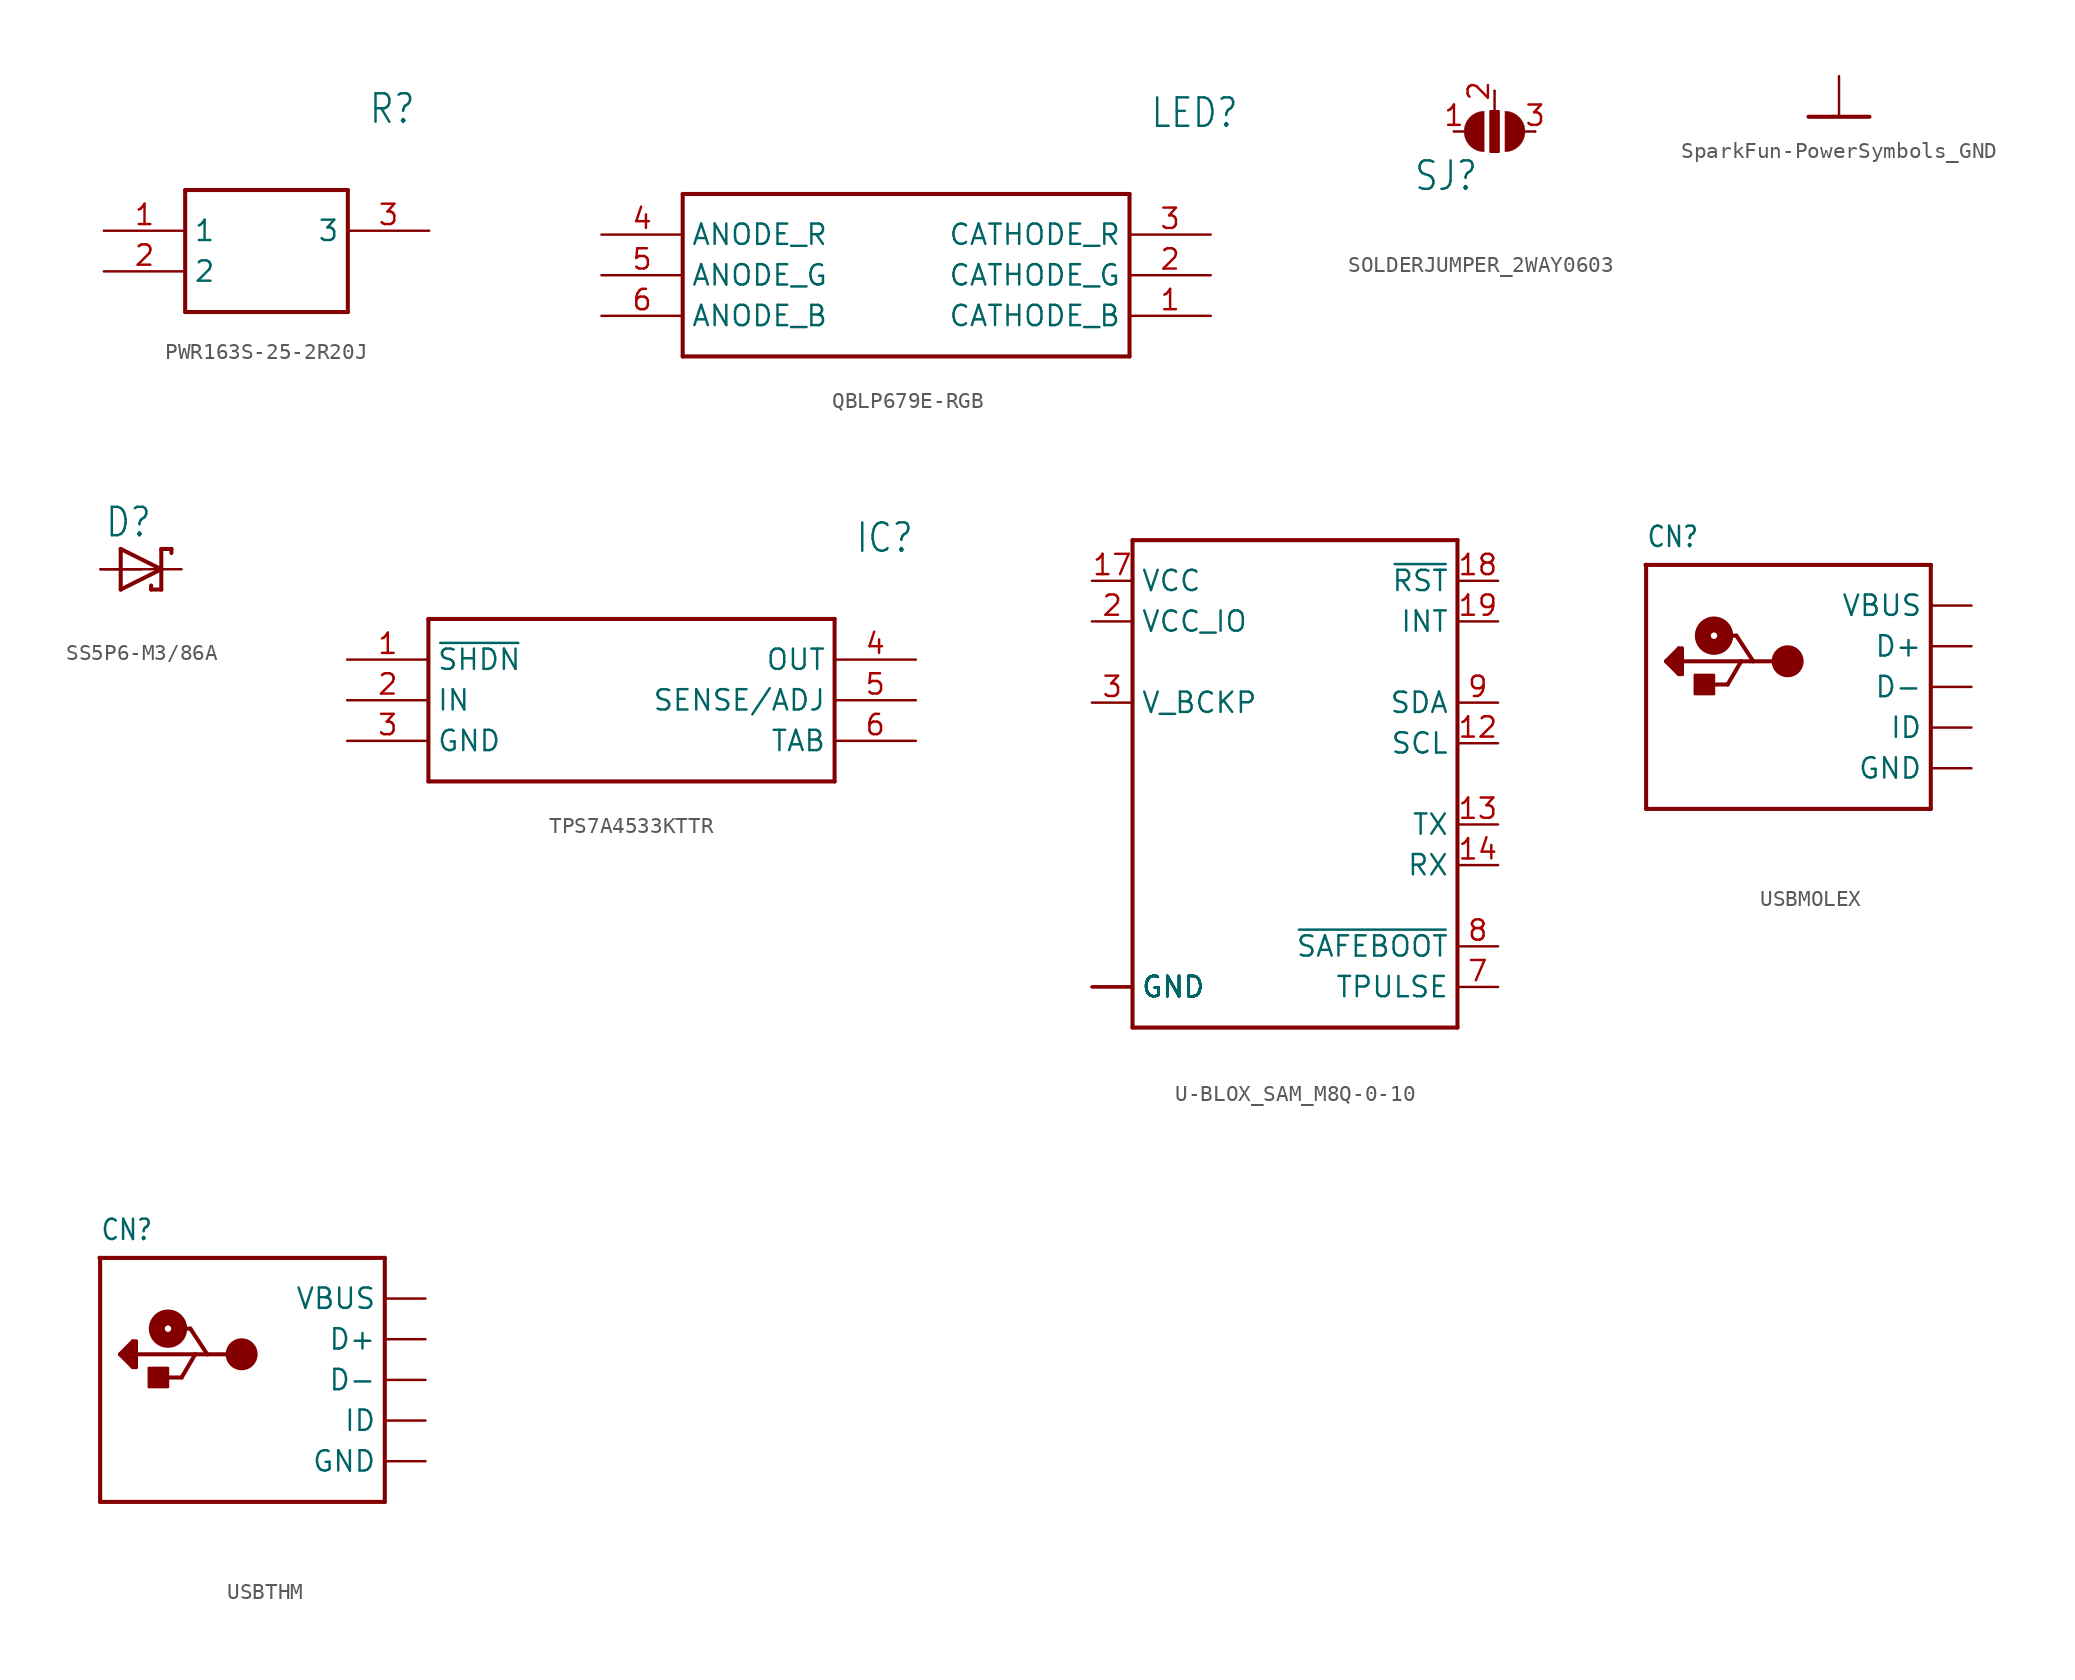
<source format=kicad_sym>
(kicad_symbol_lib
  (version 20231120)
  (generator "kicad_symbol_editor")
  (generator_version "8.0")
  (symbol "PWR163S-25-2R20J"
    (property "Reference" "R"
      (at 16.51 7.62 0)
      (effects (font (size 1.778 1.511)) (justify left)))
    (property "Value" ""
      (at 16.51 5.08 0)
      (effects (font (size 1.778 1.511)) (justify left)))
    (property "ki_locked" ""
      (at 0 0 0)
      (effects (font (size 1.27 1.27))))
    (symbol "PWR163S-25-2R20J_1_0"
      (polyline (pts (xy 5.08 2.54) (xy 5.08 -5.08)) (stroke (width 0.254) (type solid)) (fill (type none)))
      (polyline (pts (xy 5.08 2.54) (xy 15.24 2.54)) (stroke (width 0.254) (type solid)) (fill (type none)))
      (polyline (pts (xy 15.24 -5.08) (xy 5.08 -5.08)) (stroke (width 0.254) (type solid)) (fill (type none)))
      (polyline (pts (xy 15.24 -5.08) (xy 15.24 2.54)) (stroke (width 0.254) (type solid)) (fill (type none)))
      (pin bidirectional line (at 0 0 0) (length 5.08) (name "1" (effects (font (size 1.27 1.27)))) (number "1" (effects (font (size 1.27 1.27)))))
      (pin bidirectional line (at 0 -2.54 0) (length 5.08) (name "2" (effects (font (size 1.27 1.27)))) (number "2" (effects (font (size 1.27 1.27)))))
      (pin bidirectional line (at 20.32 0 180) (length 5.08) (name "3" (effects (font (size 1.27 1.27)))) (number "3" (effects (font (size 1.27 1.27)))))))
  (symbol "QBLP679E-RGB"
    (property "Reference" "LED"
      (at 34.29 7.62 0)
      (effects (font (size 1.778 1.511)) (justify left)))
    (property "Value" ""
      (at 34.29 5.08 0)
      (effects (font (size 1.778 1.511)) (justify left)))
    (property "ki_locked" ""
      (at 0 0 0)
      (effects (font (size 1.27 1.27))))
    (symbol "QBLP679E-RGB_1_0"
      (polyline (pts (xy 5.08 2.54) (xy 5.08 -7.62)) (stroke (width 0.254) (type solid)) (fill (type none)))
      (polyline (pts (xy 5.08 2.54) (xy 33.02 2.54)) (stroke (width 0.254) (type solid)) (fill (type none)))
      (polyline (pts (xy 33.02 -7.62) (xy 5.08 -7.62)) (stroke (width 0.254) (type solid)) (fill (type none)))
      (polyline (pts (xy 33.02 -7.62) (xy 33.02 2.54)) (stroke (width 0.254) (type solid)) (fill (type none)))
      (pin bidirectional line (at 38.1 -5.08 180) (length 5.08) (name "CATHODE_B" (effects (font (size 1.27 1.27)))) (number "1" (effects (font (size 1.27 1.27)))))
      (pin bidirectional line (at 38.1 -2.54 180) (length 5.08) (name "CATHODE_G" (effects (font (size 1.27 1.27)))) (number "2" (effects (font (size 1.27 1.27)))))
      (pin bidirectional line (at 38.1 0 180) (length 5.08) (name "CATHODE_R" (effects (font (size 1.27 1.27)))) (number "3" (effects (font (size 1.27 1.27)))))
      (pin bidirectional line (at 0 0 0) (length 5.08) (name "ANODE_R" (effects (font (size 1.27 1.27)))) (number "4" (effects (font (size 1.27 1.27)))))
      (pin bidirectional line (at 0 -2.54 0) (length 5.08) (name "ANODE_G" (effects (font (size 1.27 1.27)))) (number "5" (effects (font (size 1.27 1.27)))))
      (pin bidirectional line (at 0 -5.08 0) (length 5.08) (name "ANODE_B" (effects (font (size 1.27 1.27)))) (number "6" (effects (font (size 1.27 1.27)))))))
  (symbol "SOLDERJUMPER_2WAY0603"
    (property "Reference" "SJ"
      (at -5.08 -3.81 0)
      (effects (font (size 1.778 1.511)) (justify left bottom)))
    (property "Value" ""
      (at -5.08 -6.35 0)
      (effects (font (size 1.778 1.511)) (justify left bottom)))
    (property "ki_locked" ""
      (at 0 0 0)
      (effects (font (size 1.27 1.27))))
    (symbol "SOLDERJUMPER_2WAY0603_1_0"
      (arc (start -0.635 1.27) (mid -1.905 0) (end -0.635 -1.27) (stroke (width 0.0001) (type solid)) (fill (type outline)))
      (rectangle (start -0.254 -1.27) (end 0.254 1.27) (stroke (width 0) (type default)) (fill (type outline)))
      (polyline (pts (xy -2.54 0) (xy -1.651 0)) (stroke (width 0.152) (type solid)) (fill (type none)))
      (polyline (pts (xy 0 2.54) (xy 0 0.381)) (stroke (width 0.152) (type solid)) (fill (type none)))
      (polyline (pts (xy 2.54 0) (xy 1.651 0)) (stroke (width 0.152) (type solid)) (fill (type none)))
      (arc (start 0.635 -1.27) (mid 1.905 0) (end 0.635 1.27) (stroke (width 0.0001) (type solid)) (fill (type outline)))
      (pin passive line (at -2.54 0 0) (length 0) (name "1" (effects (font (size 0 0)))) (number "1" (effects (font (size 1.27 1.27)))))
      (pin passive line (at 0 2.54 270) (length 0) (name "2" (effects (font (size 0 0)))) (number "2" (effects (font (size 1.27 1.27)))))
      (pin passive line (at 2.54 0 180) (length 0) (name "3" (effects (font (size 0 0)))) (number "3" (effects (font (size 1.27 1.27)))))))
  (symbol "SparkFun-PowerSymbols_GND"
    (power)
    (property "Reference" "#GND"
      (at 0 0 0)
      (effects (font (size 1.27 1.27)) (hide yes)))
    (property "Value" ""
      (at 0 -0.254 0)
      (effects (font (size 1.778 1.511)) (justify top)))
    (property "ki_locked" ""
      (at 0 0 0)
      (effects (font (size 1.27 1.27))))
    (symbol "SparkFun-PowerSymbols_GND_1_0"
      (polyline (pts (xy -1.905 0) (xy 1.905 0)) (stroke (width 0.254) (type solid)) (fill (type none)))
      (pin power_in line (at 0 2.54 270) (length 2.54) (name "GND" (effects (font (size 0 0)))) (number "1" (effects (font (size 0 0)))))))
  (symbol "SS5P6-M3/86A"
    (property "Reference" "D"
      (at -2.286 1.905 0)
      (effects (font (size 1.778 1.511)) (justify left bottom)))
    (property "Value" ""
      (at -2.286 -3.429 0)
      (effects (font (size 1.778 1.511)) (justify left bottom)))
    (property "ki_locked" ""
      (at 0 0 0)
      (effects (font (size 1.27 1.27))))
    (symbol "SS5P6-M3/86A_1_0"
      (polyline (pts (xy -1.27 -1.27) (xy 1.27 0)) (stroke (width 0.254) (type solid)) (fill (type none)))
      (polyline (pts (xy -1.27 1.27) (xy -1.27 -1.27)) (stroke (width 0.254) (type solid)) (fill (type none)))
      (polyline (pts (xy 0.635 -1.016) (xy 0.635 -1.27)) (stroke (width 0.254) (type solid)) (fill (type none)))
      (polyline (pts (xy 1.27 -1.27) (xy 0.635 -1.27)) (stroke (width 0.254) (type solid)) (fill (type none)))
      (polyline (pts (xy 1.27 0) (xy -1.27 1.27)) (stroke (width 0.254) (type solid)) (fill (type none)))
      (polyline (pts (xy 1.27 0) (xy 1.27 -1.27)) (stroke (width 0.254) (type solid)) (fill (type none)))
      (polyline (pts (xy 1.27 1.27) (xy 1.27 0)) (stroke (width 0.254) (type solid)) (fill (type none)))
      (polyline (pts (xy 1.905 1.27) (xy 1.27 1.27)) (stroke (width 0.254) (type solid)) (fill (type none)))
      (polyline (pts (xy 1.905 1.27) (xy 1.905 1.016)) (stroke (width 0.254) (type solid)) (fill (type none)))
      (pin passive line (at -2.54 0 0) (length 2.54) (name "A" (effects (font (size 0 0)))) (number "A1" (effects (font (size 0 0)))))
      (pin passive line (at -2.54 0 0) (length 2.54) (name "A" (effects (font (size 0 0)))) (number "A2" (effects (font (size 0 0)))))
      (pin passive line (at 2.54 0 180) (length 2.54) (name "C" (effects (font (size 0 0)))) (number "K" (effects (font (size 0 0)))))))
  (symbol "TPS7A4533KTTR"
    (property "Reference" "IC"
      (at 31.75 7.62 0)
      (effects (font (size 1.778 1.511)) (justify left)))
    (property "Value" ""
      (at 31.75 5.08 0)
      (effects (font (size 1.778 1.511)) (justify left)))
    (property "ki_locked" ""
      (at 0 0 0)
      (effects (font (size 1.27 1.27))))
    (symbol "TPS7A4533KTTR_1_0"
      (polyline (pts (xy 5.08 2.54) (xy 5.08 -7.62)) (stroke (width 0.254) (type solid)) (fill (type none)))
      (polyline (pts (xy 5.08 2.54) (xy 30.48 2.54)) (stroke (width 0.254) (type solid)) (fill (type none)))
      (polyline (pts (xy 30.48 -7.62) (xy 5.08 -7.62)) (stroke (width 0.254) (type solid)) (fill (type none)))
      (polyline (pts (xy 30.48 -7.62) (xy 30.48 2.54)) (stroke (width 0.254) (type solid)) (fill (type none)))
      (pin bidirectional line (at 0 0 0) (length 5.08) (name "~{SHDN}" (effects (font (size 1.27 1.27)))) (number "1" (effects (font (size 1.27 1.27)))))
      (pin bidirectional line (at 0 -2.54 0) (length 5.08) (name "IN" (effects (font (size 1.27 1.27)))) (number "2" (effects (font (size 1.27 1.27)))))
      (pin bidirectional line (at 0 -5.08 0) (length 5.08) (name "GND" (effects (font (size 1.27 1.27)))) (number "3" (effects (font (size 1.27 1.27)))))
      (pin bidirectional line (at 35.56 0 180) (length 5.08) (name "OUT" (effects (font (size 1.27 1.27)))) (number "4" (effects (font (size 1.27 1.27)))))
      (pin bidirectional line (at 35.56 -2.54 180) (length 5.08) (name "SENSE/ADJ" (effects (font (size 1.27 1.27)))) (number "5" (effects (font (size 1.27 1.27)))))
      (pin bidirectional line (at 35.56 -5.08 180) (length 5.08) (name "TAB" (effects (font (size 1.27 1.27)))) (number "6" (effects (font (size 1.27 1.27)))))))
  (symbol "U-BLOX_SAM_M8Q-0-10"
    (property "Reference" "U"
      (at -10.16 15.748 0)
      (effects (font (size 1.778 1.511)) (justify left bottom) (hide yes)))
    (property "ki_locked" ""
      (at 0 0 0)
      (effects (font (size 1.27 1.27))))
    (symbol "U-BLOX_SAM_M8Q-0-10_1_0"
      (polyline (pts (xy -10.16 -15.24) (xy -10.16 15.24)) (stroke (width 0.254) (type solid)) (fill (type none)))
      (polyline (pts (xy -10.16 15.24) (xy 10.16 15.24)) (stroke (width 0.254) (type solid)) (fill (type none)))
      (polyline (pts (xy 10.16 -15.24) (xy -10.16 -15.24)) (stroke (width 0.254) (type solid)) (fill (type none)))
      (polyline (pts (xy 10.16 15.24) (xy 10.16 -15.24)) (stroke (width 0.254) (type solid)) (fill (type none)))
      (pin bidirectional line (at -12.7 -12.7 0) (length 2.54) (name "GND" (effects (font (size 1.27 1.27)))) (number "1" (effects (font (size 0 0)))))
      (pin bidirectional line (at -12.7 -12.7 0) (length 2.54) (name "GND" (effects (font (size 1.27 1.27)))) (number "10" (effects (font (size 0 0)))))
      (pin bidirectional line (at -12.7 -12.7 0) (length 2.54) (name "GND" (effects (font (size 1.27 1.27)))) (number "11" (effects (font (size 0 0)))))
      (pin bidirectional line (at 12.7 2.54 180) (length 2.54) (name "SCL" (effects (font (size 1.27 1.27)))) (number "12" (effects (font (size 1.27 1.27)))))
      (pin bidirectional line (at 12.7 -2.54 180) (length 2.54) (name "TX" (effects (font (size 1.27 1.27)))) (number "13" (effects (font (size 1.27 1.27)))))
      (pin bidirectional line (at 12.7 -5.08 180) (length 2.54) (name "RX" (effects (font (size 1.27 1.27)))) (number "14" (effects (font (size 1.27 1.27)))))
      (pin bidirectional line (at -12.7 -12.7 0) (length 2.54) (name "GND" (effects (font (size 1.27 1.27)))) (number "15" (effects (font (size 0 0)))))
      (pin bidirectional line (at -12.7 -12.7 0) (length 2.54) (name "GND" (effects (font (size 1.27 1.27)))) (number "16" (effects (font (size 0 0)))))
      (pin bidirectional line (at -12.7 12.7 0) (length 2.54) (name "VCC" (effects (font (size 1.27 1.27)))) (number "17" (effects (font (size 1.27 1.27)))))
      (pin bidirectional line (at 12.7 12.7 180) (length 2.54) (name "~{RST}" (effects (font (size 1.27 1.27)))) (number "18" (effects (font (size 1.27 1.27)))))
      (pin bidirectional line (at 12.7 10.16 180) (length 2.54) (name "INT" (effects (font (size 1.27 1.27)))) (number "19" (effects (font (size 1.27 1.27)))))
      (pin bidirectional line (at -12.7 10.16 0) (length 2.54) (name "VCC_IO" (effects (font (size 1.27 1.27)))) (number "2" (effects (font (size 1.27 1.27)))))
      (pin bidirectional line (at -12.7 -12.7 0) (length 2.54) (name "GND" (effects (font (size 1.27 1.27)))) (number "20" (effects (font (size 0 0)))))
      (pin bidirectional line (at -12.7 5.08 0) (length 2.54) (name "V_BCKP" (effects (font (size 1.27 1.27)))) (number "3" (effects (font (size 1.27 1.27)))))
      (pin bidirectional line (at -12.7 -12.7 0) (length 2.54) (name "GND" (effects (font (size 1.27 1.27)))) (number "4" (effects (font (size 0 0)))))
      (pin bidirectional line (at -12.7 -12.7 0) (length 2.54) (name "GND" (effects (font (size 1.27 1.27)))) (number "5" (effects (font (size 0 0)))))
      (pin bidirectional line (at -12.7 -12.7 0) (length 2.54) (name "GND" (effects (font (size 1.27 1.27)))) (number "6" (effects (font (size 0 0)))))
      (pin bidirectional line (at 12.7 -12.7 180) (length 2.54) (name "TPULSE" (effects (font (size 1.27 1.27)))) (number "7" (effects (font (size 1.27 1.27)))))
      (pin bidirectional line (at 12.7 -10.16 180) (length 2.54) (name "~{SAFEBOOT}" (effects (font (size 1.27 1.27)))) (number "8" (effects (font (size 1.27 1.27)))))
      (pin bidirectional line (at 12.7 5.08 180) (length 2.54) (name "SDA" (effects (font (size 1.27 1.27)))) (number "9" (effects (font (size 1.27 1.27)))))))
  (symbol "USBMOLEX"
    (property "Reference" "CN"
      (at -10.16 8.636 0)
      (effects (font (size 1.27 1.079)) (justify left bottom)))
    (property "Value" ""
      (at -10.16 -10.16 0)
      (effects (font (size 1.27 1.079)) (justify left bottom)))
    (property "ki_locked" ""
      (at 0 0 0)
      (effects (font (size 1.27 1.27))))
    (symbol "USBMOLEX_1_0"
      (rectangle (start -7.12 -0.45) (end -5.92 0.75) (stroke (width 0) (type default)) (fill (type outline)))
      (circle (center -5.92 3.2) (radius 0.2) (stroke (width 1) (type solid)) (fill (type none)))
      (circle (center -1.32 1.6) (radius 0.5) (stroke (width 1) (type solid)) (fill (type none)))
      (polyline (pts (xy -10.2 7.62) (xy -10.16 7.62)) (stroke (width 0.254) (type solid)) (fill (type none)))
      (polyline (pts (xy -10.16 -7.62) (xy 7.62 -7.62)) (stroke (width 0.254) (type solid)) (fill (type none)))
      (polyline (pts (xy -10.16 7.62) (xy -10.16 -7.62)) (stroke (width 0.254) (type solid)) (fill (type none)))
      (polyline (pts (xy -10.16 7.62) (xy 7.62 7.62)) (stroke (width 0.254) (type solid)) (fill (type none)))
      (polyline (pts (xy -8.92 1.6) (xy -8.12 2.4)) (stroke (width 0.254) (type solid)) (fill (type none)))
      (polyline (pts (xy -8.52 1.4) (xy -8.32 1.2)) (stroke (width 0.254) (type solid)) (fill (type none)))
      (polyline (pts (xy -8.52 1.6) (xy -8.52 1.4)) (stroke (width 0.254) (type solid)) (fill (type none)))
      (polyline (pts (xy -8.32 1.2) (xy -8.32 2)) (stroke (width 0.254) (type solid)) (fill (type none)))
      (polyline (pts (xy -8.32 2) (xy -8.72 1.6)) (stroke (width 0.254) (type solid)) (fill (type none)))
      (polyline (pts (xy -8.12 0.8) (xy -8.92 1.6)) (stroke (width 0.254) (type solid)) (fill (type none)))
      (polyline (pts (xy -8.12 1) (xy -8.12 2.4)) (stroke (width 0.254) (type solid)) (fill (type none)))
      (polyline (pts (xy -8.12 2.4) (xy -7.92 2.4)) (stroke (width 0.254) (type solid)) (fill (type none)))
      (polyline (pts (xy -7.92 0.8) (xy -8.12 0.8)) (stroke (width 0.254) (type solid)) (fill (type none)))
      (polyline (pts (xy -7.92 1.6) (xy -7.92 0.8)) (stroke (width 0.254) (type solid)) (fill (type none)))
      (polyline (pts (xy -7.92 2.4) (xy -7.92 1.6)) (stroke (width 0.254) (type solid)) (fill (type none)))
      (polyline (pts (xy -6.27 0.15) (xy -5.07 0.15)) (stroke (width 0.254) (type solid)) (fill (type none)))
      (polyline (pts (xy -5.52 3.2) (xy -4.52 3.2)) (stroke (width 0.254) (type solid)) (fill (type none)))
      (polyline (pts (xy -5.07 0.15) (xy -4.22 1.6)) (stroke (width 0.254) (type solid)) (fill (type none)))
      (polyline (pts (xy -4.52 3.2) (xy -3.47 1.6)) (stroke (width 0.254) (type solid)) (fill (type none)))
      (polyline (pts (xy -4.22 1.6) (xy -7.92 1.6)) (stroke (width 0.254) (type solid)) (fill (type none)))
      (polyline (pts (xy -3.47 1.6) (xy -4.22 1.6)) (stroke (width 0.254) (type solid)) (fill (type none)))
      (polyline (pts (xy -1.32 1.6) (xy -3.47 1.6)) (stroke (width 0.254) (type solid)) (fill (type none)))
      (polyline (pts (xy 7.62 7.62) (xy 7.62 -7.62)) (stroke (width 0.254) (type solid)) (fill (type none)))
      (pin bidirectional line (at 10.16 2.54 180) (length 2.54) (name "D+" (effects (font (size 1.27 1.27)))) (number "D+" (effects (font (size 0 0)))))
      (pin bidirectional line (at 10.16 0 180) (length 2.54) (name "D-" (effects (font (size 1.27 1.27)))) (number "D-" (effects (font (size 0 0)))))
      (pin power_in line (at 10.16 -5.08 180) (length 2.54) (name "GND" (effects (font (size 1.27 1.27)))) (number "GND" (effects (font (size 0 0)))))
      (pin bidirectional line (at 10.16 -2.54 180) (length 2.54) (name "ID" (effects (font (size 1.27 1.27)))) (number "ID" (effects (font (size 0 0)))))
      (pin power_in line (at 10.16 5.08 180) (length 2.54) (name "VBUS" (effects (font (size 1.27 1.27)))) (number "VBUS" (effects (font (size 0 0)))))))
  (symbol "USBTHM"
    (property "Reference" "CN"
      (at -10.16 8.636 0)
      (effects (font (size 1.27 1.079)) (justify left bottom)))
    (property "Value" ""
      (at -10.16 -10.16 0)
      (effects (font (size 1.27 1.079)) (justify left bottom)))
    (property "ki_locked" ""
      (at 0 0 0)
      (effects (font (size 1.27 1.27))))
    (symbol "USBTHM_1_0"
      (rectangle (start -7.12 -0.45) (end -5.92 0.75) (stroke (width 0) (type default)) (fill (type outline)))
      (circle (center -5.92 3.2) (radius 0.2) (stroke (width 1) (type solid)) (fill (type none)))
      (circle (center -1.32 1.6) (radius 0.5) (stroke (width 1) (type solid)) (fill (type none)))
      (polyline (pts (xy -10.2 7.62) (xy -10.16 7.62)) (stroke (width 0.254) (type solid)) (fill (type none)))
      (polyline (pts (xy -10.16 -7.62) (xy 7.62 -7.62)) (stroke (width 0.254) (type solid)) (fill (type none)))
      (polyline (pts (xy -10.16 7.62) (xy -10.16 -7.62)) (stroke (width 0.254) (type solid)) (fill (type none)))
      (polyline (pts (xy -10.16 7.62) (xy 7.62 7.62)) (stroke (width 0.254) (type solid)) (fill (type none)))
      (polyline (pts (xy -8.92 1.6) (xy -8.12 2.4)) (stroke (width 0.254) (type solid)) (fill (type none)))
      (polyline (pts (xy -8.52 1.4) (xy -8.32 1.2)) (stroke (width 0.254) (type solid)) (fill (type none)))
      (polyline (pts (xy -8.52 1.6) (xy -8.52 1.4)) (stroke (width 0.254) (type solid)) (fill (type none)))
      (polyline (pts (xy -8.32 1.2) (xy -8.32 2)) (stroke (width 0.254) (type solid)) (fill (type none)))
      (polyline (pts (xy -8.32 2) (xy -8.72 1.6)) (stroke (width 0.254) (type solid)) (fill (type none)))
      (polyline (pts (xy -8.12 0.8) (xy -8.92 1.6)) (stroke (width 0.254) (type solid)) (fill (type none)))
      (polyline (pts (xy -8.12 1) (xy -8.12 2.4)) (stroke (width 0.254) (type solid)) (fill (type none)))
      (polyline (pts (xy -8.12 2.4) (xy -7.92 2.4)) (stroke (width 0.254) (type solid)) (fill (type none)))
      (polyline (pts (xy -7.92 0.8) (xy -8.12 0.8)) (stroke (width 0.254) (type solid)) (fill (type none)))
      (polyline (pts (xy -7.92 1.6) (xy -7.92 0.8)) (stroke (width 0.254) (type solid)) (fill (type none)))
      (polyline (pts (xy -7.92 2.4) (xy -7.92 1.6)) (stroke (width 0.254) (type solid)) (fill (type none)))
      (polyline (pts (xy -6.27 0.15) (xy -5.07 0.15)) (stroke (width 0.254) (type solid)) (fill (type none)))
      (polyline (pts (xy -5.52 3.2) (xy -4.52 3.2)) (stroke (width 0.254) (type solid)) (fill (type none)))
      (polyline (pts (xy -5.07 0.15) (xy -4.22 1.6)) (stroke (width 0.254) (type solid)) (fill (type none)))
      (polyline (pts (xy -4.52 3.2) (xy -3.47 1.6)) (stroke (width 0.254) (type solid)) (fill (type none)))
      (polyline (pts (xy -4.22 1.6) (xy -7.92 1.6)) (stroke (width 0.254) (type solid)) (fill (type none)))
      (polyline (pts (xy -3.47 1.6) (xy -4.22 1.6)) (stroke (width 0.254) (type solid)) (fill (type none)))
      (polyline (pts (xy -1.32 1.6) (xy -3.47 1.6)) (stroke (width 0.254) (type solid)) (fill (type none)))
      (polyline (pts (xy 7.62 7.62) (xy 7.62 -7.62)) (stroke (width 0.254) (type solid)) (fill (type none)))
      (pin bidirectional line (at 10.16 2.54 180) (length 2.54) (name "D+" (effects (font (size 1.27 1.27)))) (number "D+" (effects (font (size 0 0)))))
      (pin bidirectional line (at 10.16 0 180) (length 2.54) (name "D-" (effects (font (size 1.27 1.27)))) (number "D-" (effects (font (size 0 0)))))
      (pin power_in line (at 10.16 -5.08 180) (length 2.54) (name "GND" (effects (font (size 1.27 1.27)))) (number "GND" (effects (font (size 0 0)))))
      (pin bidirectional line (at 10.16 -2.54 180) (length 2.54) (name "ID" (effects (font (size 1.27 1.27)))) (number "ID" (effects (font (size 0 0)))))
      (pin power_in line (at 10.16 5.08 180) (length 2.54) (name "VBUS" (effects (font (size 1.27 1.27)))) (number "VBUS" (effects (font (size 0 0))))))))
</source>
